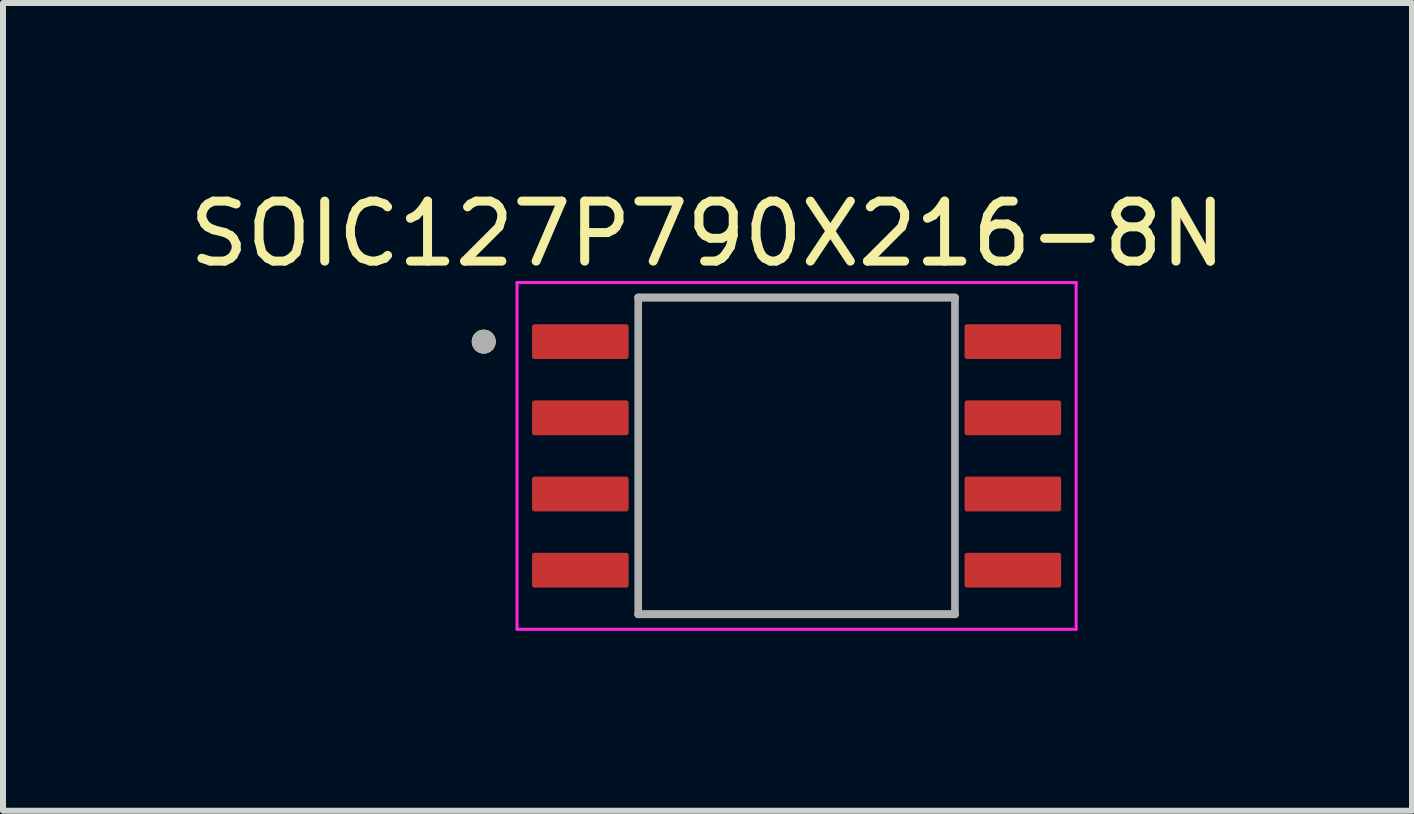
<source format=kicad_pcb>
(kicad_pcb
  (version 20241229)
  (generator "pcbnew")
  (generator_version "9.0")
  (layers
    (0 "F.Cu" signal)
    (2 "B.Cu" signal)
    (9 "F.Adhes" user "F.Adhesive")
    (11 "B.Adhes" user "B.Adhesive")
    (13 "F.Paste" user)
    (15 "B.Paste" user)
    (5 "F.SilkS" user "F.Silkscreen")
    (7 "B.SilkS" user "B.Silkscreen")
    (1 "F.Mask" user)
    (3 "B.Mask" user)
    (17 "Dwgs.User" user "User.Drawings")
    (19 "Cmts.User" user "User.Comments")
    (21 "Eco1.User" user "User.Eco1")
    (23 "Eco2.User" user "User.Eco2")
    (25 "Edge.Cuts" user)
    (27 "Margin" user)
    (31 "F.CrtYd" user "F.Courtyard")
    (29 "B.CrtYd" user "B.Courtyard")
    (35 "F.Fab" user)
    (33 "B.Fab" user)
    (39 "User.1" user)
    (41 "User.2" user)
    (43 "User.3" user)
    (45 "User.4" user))
  (footprint "SOIC127P790X216-8N"
    (layer "F.Cu")
    (at 10.229 4.55)
    (property "Reference" "SOIC127P790X216-8N" (at -1.485 -3.702 0) (layer "F.SilkS") (effects (font (size 1 1) (thickness 0.15))))
    (attr through_hole)
    (fp_line (start -2.64 -2.64) (end 2.64 -2.64) (stroke (width 0.127) (type solid)) (layer "F.SilkS"))
    (fp_line (start -2.64 2.64) (end 2.64 2.64) (stroke (width 0.127) (type solid)) (layer "F.SilkS"))
    (fp_circle (center -5.215 -1.905) (end -5.115 -1.905) (stroke (width 0.2) (type solid)) (fill no) (layer "F.SilkS"))
    (fp_line (start -4.66 -2.89) (end -4.66 2.89) (stroke (width 0.05) (type solid)) (layer "F.CrtYd"))
    (fp_line (start -4.66 -2.89) (end 4.66 -2.89) (stroke (width 0.05) (type solid)) (layer "F.CrtYd"))
    (fp_line (start -4.66 2.89) (end 4.66 2.89) (stroke (width 0.05) (type solid)) (layer "F.CrtYd"))
    (fp_line (start 4.66 -2.89) (end 4.66 2.89) (stroke (width 0.05) (type solid)) (layer "F.CrtYd"))
    (fp_line (start -2.64 -2.64) (end -2.64 2.64) (stroke (width 0.127) (type solid)) (layer "F.Fab"))
    (fp_line (start -2.64 -2.64) (end 2.64 -2.64) (stroke (width 0.127) (type solid)) (layer "F.Fab"))
    (fp_line (start -2.64 2.64) (end 2.64 2.64) (stroke (width 0.127) (type solid)) (layer "F.Fab"))
    (fp_line (start 2.64 -2.64) (end 2.64 2.64) (stroke (width 0.127) (type solid)) (layer "F.Fab"))
    (fp_circle (center -5.215 -1.905) (end -5.115 -1.905) (stroke (width 0.2) (type solid)) (fill no) (layer "F.Fab"))
    (pad "1" smd roundrect (at -3.605 -1.905) (size 1.61 0.58) (layers "F.Cu" "F.Mask" "F.Paste") (roundrect_rratio 0.07))
    (pad "2" smd roundrect (at -3.605 -0.635) (size 1.61 0.58) (layers "F.Cu" "F.Mask" "F.Paste") (roundrect_rratio 0.07))
    (pad "3" smd roundrect (at -3.605 0.635) (size 1.61 0.58) (layers "F.Cu" "F.Mask" "F.Paste") (roundrect_rratio 0.07))
    (pad "4" smd roundrect (at -3.605 1.905) (size 1.61 0.58) (layers "F.Cu" "F.Mask" "F.Paste") (roundrect_rratio 0.07))
    (pad "5" smd roundrect (at 3.605 1.905) (size 1.61 0.58) (layers "F.Cu" "F.Mask" "F.Paste") (roundrect_rratio 0.07))
    (pad "6" smd roundrect (at 3.605 0.635) (size 1.61 0.58) (layers "F.Cu" "F.Mask" "F.Paste") (roundrect_rratio 0.07))
    (pad "7" smd roundrect (at 3.605 -0.635) (size 1.61 0.58) (layers "F.Cu" "F.Mask" "F.Paste") (roundrect_rratio 0.07))
    (pad "8" smd roundrect (at 3.605 -1.905) (size 1.61 0.58) (layers "F.Cu" "F.Mask" "F.Paste") (roundrect_rratio 0.07)))
  (gr_rect
    (start -3 -3)
    (end 20.488 10.465)
    (stroke (width 0.1) (type default))
    (fill no)
    (layer "Edge.Cuts")))
</source>
